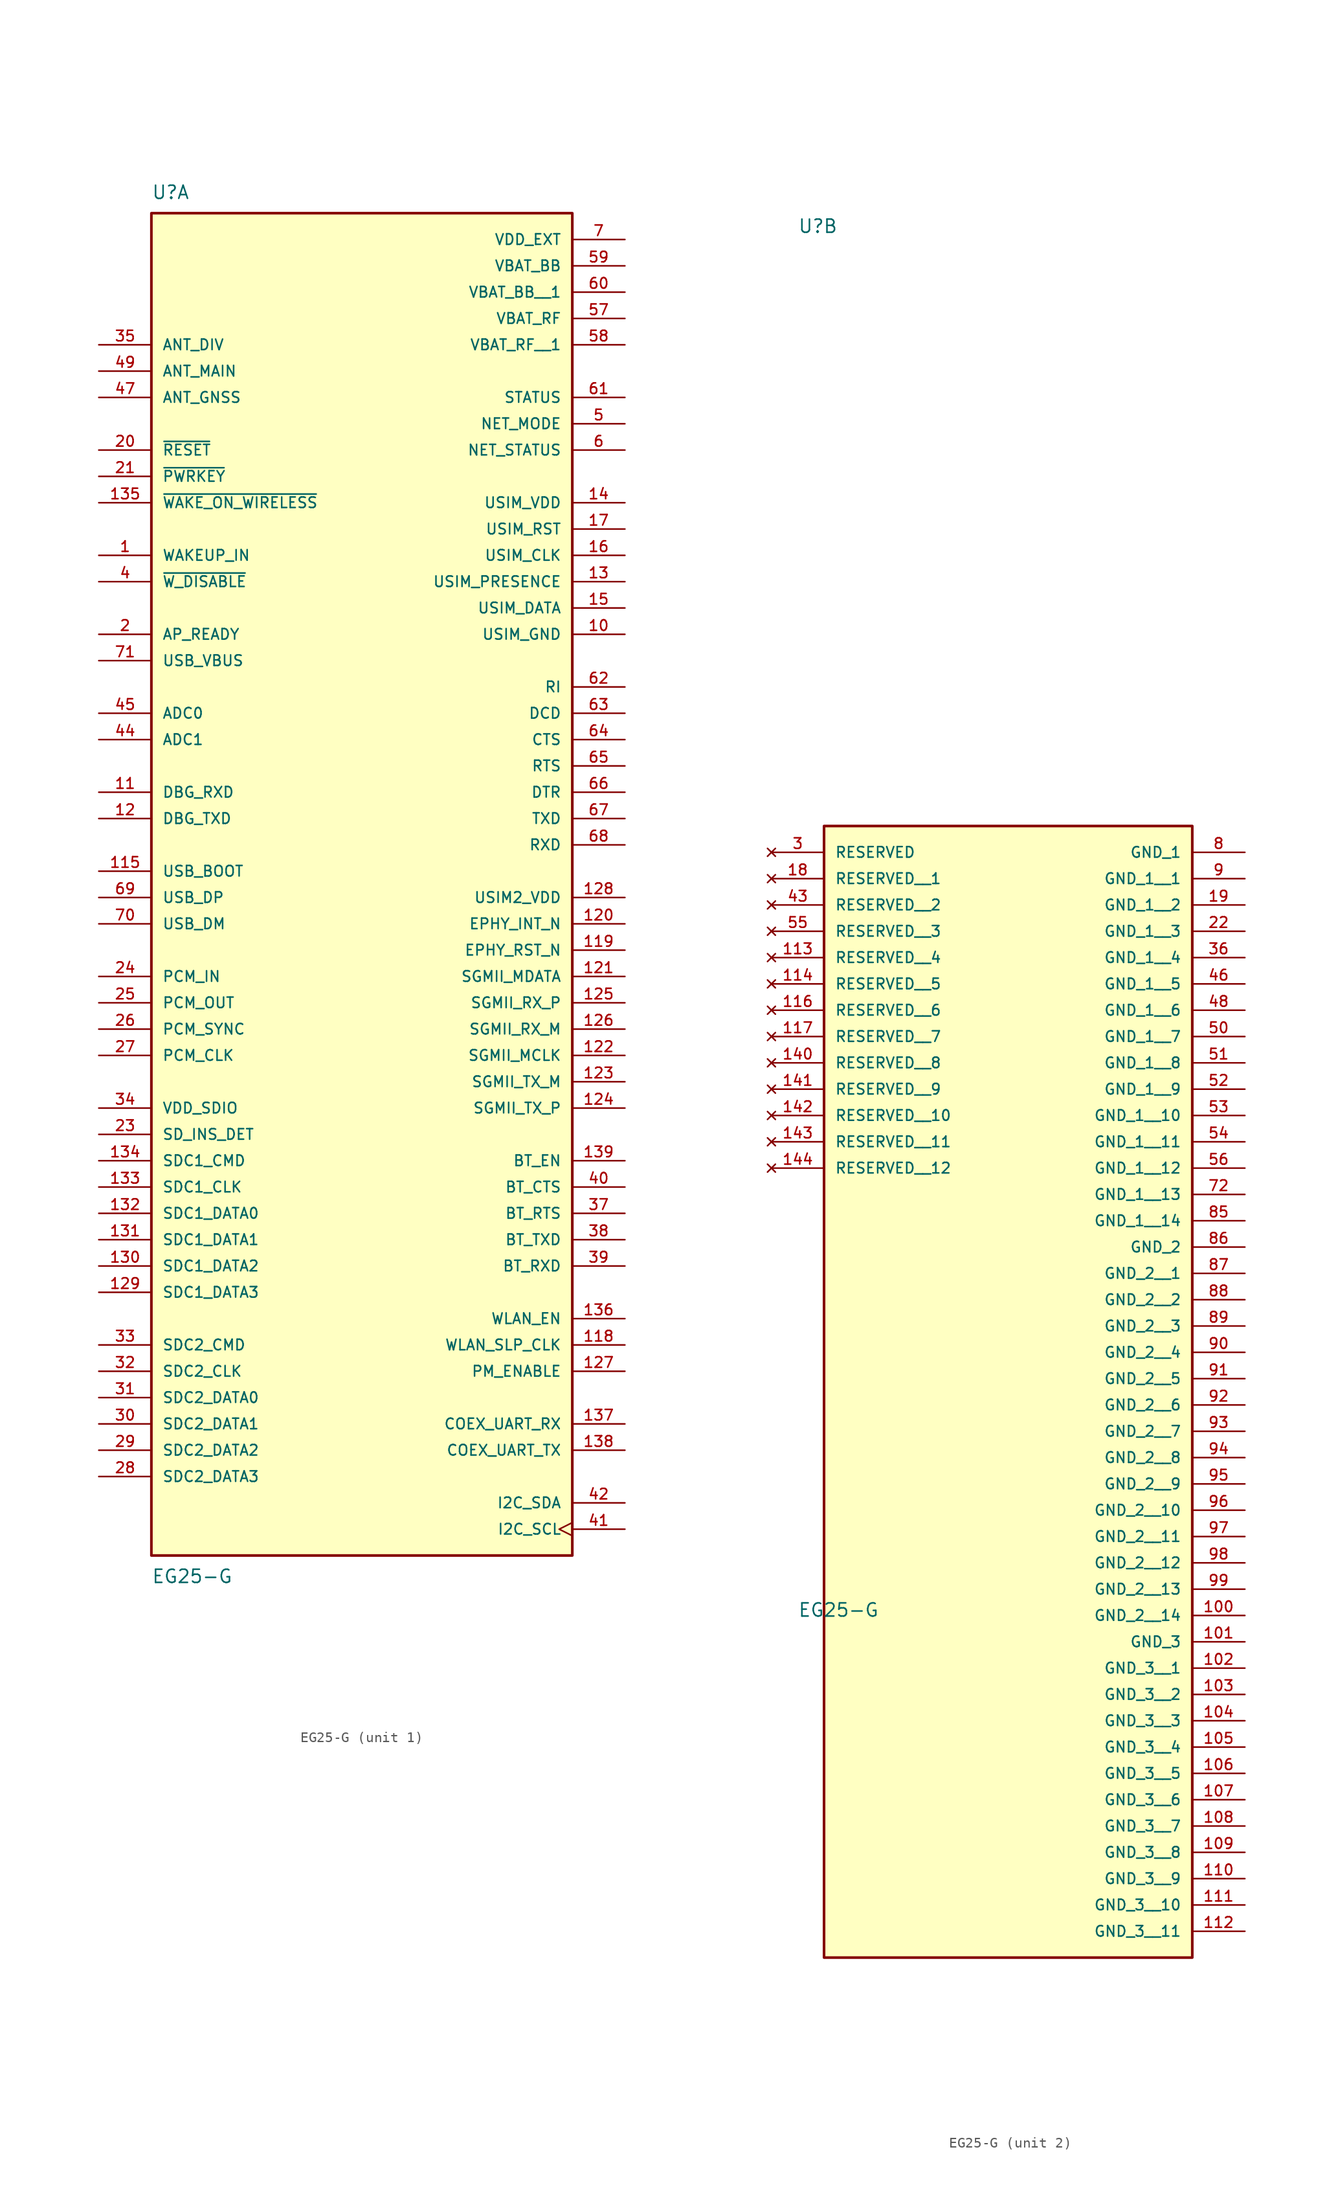
<source format=kicad_sym>
(kicad_symbol_lib
  (version 20211014)
  (generator kicad_symbol_editor)
  (symbol "EG25-G"
    (pin_names
      (offset 1.016))
    (property "Reference" "U"
      (at -20.32 62.23 0)
      (effects (font (size 1.27 1.27)) (justify bottom left)))
    (property "Value" "EG25-G"
      (at -20.32 -69.85 0)
      (effects (font (size 1.27 1.27)) (justify top left)))
    (symbol "EG25-G_1_0"
      (rectangle (start -20.32 -68.58) (end 20.32 60.96) (stroke (width 0.254)) (fill (type background)))
      (pin power_in line (at 25.4 55.88 180.0) (length 5.08) (name "VBAT_BB" (effects (font (size 1.016 1.016)))) (number "59" (effects (font (size 1.016 1.016)))))
      (pin power_in line (at 25.4 50.8 180.0) (length 5.08) (name "VBAT_RF" (effects (font (size 1.016 1.016)))) (number "57" (effects (font (size 1.016 1.016)))))
      (pin power_in line (at 25.4 58.42 180.0) (length 5.08) (name "VDD_EXT" (effects (font (size 1.016 1.016)))) (number "7" (effects (font (size 1.016 1.016)))))
      (pin input line (at -25.4 35.56 0) (length 5.08) (name "~{PWRKEY}" (effects (font (size 1.016 1.016)))) (number "21" (effects (font (size 1.016 1.016)))))
      (pin input line (at -25.4 38.1 0) (length 5.08) (name "~{RESET}" (effects (font (size 1.016 1.016)))) (number "20" (effects (font (size 1.016 1.016)))))
      (pin output line (at 25.4 43.18 180.0) (length 5.08) (name "STATUS" (effects (font (size 1.016 1.016)))) (number "61" (effects (font (size 1.016 1.016)))))
      (pin output line (at 25.4 40.64 180.0) (length 5.08) (name "NET_MODE" (effects (font (size 1.016 1.016)))) (number "5" (effects (font (size 1.016 1.016)))))
      (pin output line (at 25.4 38.1 180.0) (length 5.08) (name "NET_STATUS" (effects (font (size 1.016 1.016)))) (number "6" (effects (font (size 1.016 1.016)))))
      (pin input line (at -25.4 17.78 0) (length 5.08) (name "USB_VBUS" (effects (font (size 1.016 1.016)))) (number "71" (effects (font (size 1.016 1.016)))))
      (pin bidirectional line (at -25.4 -5.08 0) (length 5.08) (name "USB_DP" (effects (font (size 1.016 1.016)))) (number "69" (effects (font (size 1.016 1.016)))))
      (pin bidirectional line (at -25.4 -7.62 0) (length 5.08) (name "USB_DM" (effects (font (size 1.016 1.016)))) (number "70" (effects (font (size 1.016 1.016)))))
      (pin power_in line (at 25.4 33.02 180.0) (length 5.08) (name "USIM_VDD" (effects (font (size 1.016 1.016)))) (number "14" (effects (font (size 1.016 1.016)))))
      (pin bidirectional line (at 25.4 22.86 180.0) (length 5.08) (name "USIM_DATA" (effects (font (size 1.016 1.016)))) (number "15" (effects (font (size 1.016 1.016)))))
      (pin output line (at 25.4 27.94 180.0) (length 5.08) (name "USIM_CLK" (effects (font (size 1.016 1.016)))) (number "16" (effects (font (size 1.016 1.016)))))
      (pin output line (at 25.4 30.48 180.0) (length 5.08) (name "USIM_RST" (effects (font (size 1.016 1.016)))) (number "17" (effects (font (size 1.016 1.016)))))
      (pin input line (at 25.4 25.4 180.0) (length 5.08) (name "USIM_PRESENCE" (effects (font (size 1.016 1.016)))) (number "13" (effects (font (size 1.016 1.016)))))
      (pin output line (at 25.4 15.24 180.0) (length 5.08) (name "RI" (effects (font (size 1.016 1.016)))) (number "62" (effects (font (size 1.016 1.016)))))
      (pin output line (at 25.4 12.7 180.0) (length 5.08) (name "DCD" (effects (font (size 1.016 1.016)))) (number "63" (effects (font (size 1.016 1.016)))))
      (pin output line (at 25.4 10.16 180.0) (length 5.08) (name "CTS" (effects (font (size 1.016 1.016)))) (number "64" (effects (font (size 1.016 1.016)))))
      (pin input line (at 25.4 7.62 180.0) (length 5.08) (name "RTS" (effects (font (size 1.016 1.016)))) (number "65" (effects (font (size 1.016 1.016)))))
      (pin input line (at 25.4 5.08 180.0) (length 5.08) (name "DTR" (effects (font (size 1.016 1.016)))) (number "66" (effects (font (size 1.016 1.016)))))
      (pin output line (at 25.4 2.54 180.0) (length 5.08) (name "TXD" (effects (font (size 1.016 1.016)))) (number "67" (effects (font (size 1.016 1.016)))))
      (pin input line (at 25.4 0.0 180.0) (length 5.08) (name "RXD" (effects (font (size 1.016 1.016)))) (number "68" (effects (font (size 1.016 1.016)))))
      (pin output line (at -25.4 2.54 0) (length 5.08) (name "DBG_TXD" (effects (font (size 1.016 1.016)))) (number "12" (effects (font (size 1.016 1.016)))))
      (pin input line (at -25.4 5.08 0) (length 5.08) (name "DBG_RXD" (effects (font (size 1.016 1.016)))) (number "11" (effects (font (size 1.016 1.016)))))
      (pin input line (at -25.4 12.7 0) (length 5.08) (name "ADC0" (effects (font (size 1.016 1.016)))) (number "45" (effects (font (size 1.016 1.016)))))
      (pin input line (at -25.4 10.16 0) (length 5.08) (name "ADC1" (effects (font (size 1.016 1.016)))) (number "44" (effects (font (size 1.016 1.016)))))
      (pin input line (at -25.4 -12.7 0) (length 5.08) (name "PCM_IN" (effects (font (size 1.016 1.016)))) (number "24" (effects (font (size 1.016 1.016)))))
      (pin output line (at -25.4 -15.24 0) (length 5.08) (name "PCM_OUT" (effects (font (size 1.016 1.016)))) (number "25" (effects (font (size 1.016 1.016)))))
      (pin bidirectional line (at -25.4 -17.78 0) (length 5.08) (name "PCM_SYNC" (effects (font (size 1.016 1.016)))) (number "26" (effects (font (size 1.016 1.016)))))
      (pin bidirectional line (at -25.4 -20.32 0) (length 5.08) (name "PCM_CLK" (effects (font (size 1.016 1.016)))) (number "27" (effects (font (size 1.016 1.016)))))
      (pin output clock (at 25.4 -66.04 180.0) (length 5.08) (name "I2C_SCL" (effects (font (size 1.016 1.016)))) (number "41" (effects (font (size 1.016 1.016)))))
      (pin bidirectional line (at 25.4 -63.5 180.0) (length 5.08) (name "I2C_SDA" (effects (font (size 1.016 1.016)))) (number "42" (effects (font (size 1.016 1.016)))))
      (pin input line (at -25.4 -27.94 0) (length 5.08) (name "SD_INS_DET" (effects (font (size 1.016 1.016)))) (number "23" (effects (font (size 1.016 1.016)))))
      (pin power_in line (at -25.4 -25.4 0) (length 5.08) (name "VDD_SDIO" (effects (font (size 1.016 1.016)))) (number "34" (effects (font (size 1.016 1.016)))))
      (pin input line (at -25.4 27.94 0) (length 5.08) (name "WAKEUP_IN" (effects (font (size 1.016 1.016)))) (number "1" (effects (font (size 1.016 1.016)))))
      (pin input line (at -25.4 25.4 0) (length 5.08) (name "~{W_DISABLE}" (effects (font (size 1.016 1.016)))) (number "4" (effects (font (size 1.016 1.016)))))
      (pin input line (at -25.4 20.32 0) (length 5.08) (name "AP_READY" (effects (font (size 1.016 1.016)))) (number "2" (effects (font (size 1.016 1.016)))))
      (pin input line (at -25.4 -2.54 0) (length 5.08) (name "USB_BOOT" (effects (font (size 1.016 1.016)))) (number "115" (effects (font (size 1.016 1.016)))))
      (pin bidirectional line (at -25.4 -60.96 0) (length 5.08) (name "SDC2_DATA3" (effects (font (size 1.016 1.016)))) (number "28" (effects (font (size 1.016 1.016)))))
      (pin bidirectional line (at -25.4 -58.42 0) (length 5.08) (name "SDC2_DATA2" (effects (font (size 1.016 1.016)))) (number "29" (effects (font (size 1.016 1.016)))))
      (pin bidirectional line (at -25.4 -55.88 0) (length 5.08) (name "SDC2_DATA1" (effects (font (size 1.016 1.016)))) (number "30" (effects (font (size 1.016 1.016)))))
      (pin bidirectional line (at -25.4 -53.34 0) (length 5.08) (name "SDC2_DATA0" (effects (font (size 1.016 1.016)))) (number "31" (effects (font (size 1.016 1.016)))))
      (pin output line (at -25.4 -50.8 0) (length 5.08) (name "SDC2_CLK" (effects (font (size 1.016 1.016)))) (number "32" (effects (font (size 1.016 1.016)))))
      (pin bidirectional line (at -25.4 -48.26 0) (length 5.08) (name "SDC2_CMD" (effects (font (size 1.016 1.016)))) (number "33" (effects (font (size 1.016 1.016)))))
      (pin output line (at 25.4 -48.26 180.0) (length 5.08) (name "WLAN_SLP_CLK" (effects (font (size 1.016 1.016)))) (number "118" (effects (font (size 1.016 1.016)))))
      (pin output line (at 25.4 -50.8 180.0) (length 5.08) (name "PM_ENABLE" (effects (font (size 1.016 1.016)))) (number "127" (effects (font (size 1.016 1.016)))))
      (pin bidirectional line (at -25.4 -43.18 0) (length 5.08) (name "SDC1_DATA3" (effects (font (size 1.016 1.016)))) (number "129" (effects (font (size 1.016 1.016)))))
      (pin bidirectional line (at -25.4 -40.64 0) (length 5.08) (name "SDC1_DATA2" (effects (font (size 1.016 1.016)))) (number "130" (effects (font (size 1.016 1.016)))))
      (pin bidirectional line (at -25.4 -38.1 0) (length 5.08) (name "SDC1_DATA1" (effects (font (size 1.016 1.016)))) (number "131" (effects (font (size 1.016 1.016)))))
      (pin bidirectional line (at -25.4 -35.56 0) (length 5.08) (name "SDC1_DATA0" (effects (font (size 1.016 1.016)))) (number "132" (effects (font (size 1.016 1.016)))))
      (pin output line (at -25.4 -33.02 0) (length 5.08) (name "SDC1_CLK" (effects (font (size 1.016 1.016)))) (number "133" (effects (font (size 1.016 1.016)))))
      (pin output line (at -25.4 -30.48 0) (length 5.08) (name "SDC1_CMD" (effects (font (size 1.016 1.016)))) (number "134" (effects (font (size 1.016 1.016)))))
      (pin output line (at 25.4 -45.72 180.0) (length 5.08) (name "WLAN_EN" (effects (font (size 1.016 1.016)))) (number "136" (effects (font (size 1.016 1.016)))))
      (pin input line (at 25.4 -55.88 180.0) (length 5.08) (name "COEX_UART_RX" (effects (font (size 1.016 1.016)))) (number "137" (effects (font (size 1.016 1.016)))))
      (pin output line (at 25.4 -58.42 180.0) (length 5.08) (name "COEX_UART_TX" (effects (font (size 1.016 1.016)))) (number "138" (effects (font (size 1.016 1.016)))))
      (pin input line (at 25.4 -35.56 180.0) (length 5.08) (name "BT_RTS" (effects (font (size 1.016 1.016)))) (number "37" (effects (font (size 1.016 1.016)))))
      (pin output line (at 25.4 -38.1 180.0) (length 5.08) (name "BT_TXD" (effects (font (size 1.016 1.016)))) (number "38" (effects (font (size 1.016 1.016)))))
      (pin input line (at 25.4 -40.64 180.0) (length 5.08) (name "BT_RXD" (effects (font (size 1.016 1.016)))) (number "39" (effects (font (size 1.016 1.016)))))
      (pin output line (at 25.4 -33.02 180.0) (length 5.08) (name "BT_CTS" (effects (font (size 1.016 1.016)))) (number "40" (effects (font (size 1.016 1.016)))))
      (pin output line (at 25.4 -30.48 180.0) (length 5.08) (name "BT_EN" (effects (font (size 1.016 1.016)))) (number "139" (effects (font (size 1.016 1.016)))))
      (pin output line (at 25.4 -10.16 180.0) (length 5.08) (name "EPHY_RST_N" (effects (font (size 1.016 1.016)))) (number "119" (effects (font (size 1.016 1.016)))))
      (pin input line (at 25.4 -7.62 180.0) (length 5.08) (name "EPHY_INT_N" (effects (font (size 1.016 1.016)))) (number "120" (effects (font (size 1.016 1.016)))))
      (pin bidirectional line (at 25.4 -12.7 180.0) (length 5.08) (name "SGMII_MDATA" (effects (font (size 1.016 1.016)))) (number "121" (effects (font (size 1.016 1.016)))))
      (pin output line (at 25.4 -20.32 180.0) (length 5.08) (name "SGMII_MCLK" (effects (font (size 1.016 1.016)))) (number "122" (effects (font (size 1.016 1.016)))))
      (pin output line (at 25.4 -22.86 180.0) (length 5.08) (name "SGMII_TX_M" (effects (font (size 1.016 1.016)))) (number "123" (effects (font (size 1.016 1.016)))))
      (pin output line (at 25.4 -25.4 180.0) (length 5.08) (name "SGMII_TX_P" (effects (font (size 1.016 1.016)))) (number "124" (effects (font (size 1.016 1.016)))))
      (pin input line (at 25.4 -15.24 180.0) (length 5.08) (name "SGMII_RX_P" (effects (font (size 1.016 1.016)))) (number "125" (effects (font (size 1.016 1.016)))))
      (pin input line (at 25.4 -17.78 180.0) (length 5.08) (name "SGMII_RX_M" (effects (font (size 1.016 1.016)))) (number "126" (effects (font (size 1.016 1.016)))))
      (pin input line (at -25.4 48.26 0) (length 5.08) (name "ANT_DIV" (effects (font (size 1.016 1.016)))) (number "35" (effects (font (size 1.016 1.016)))))
      (pin bidirectional line (at -25.4 45.72 0) (length 5.08) (name "ANT_MAIN" (effects (font (size 1.016 1.016)))) (number "49" (effects (font (size 1.016 1.016)))))
      (pin input line (at -25.4 43.18 0) (length 5.08) (name "ANT_GNSS" (effects (font (size 1.016 1.016)))) (number "47" (effects (font (size 1.016 1.016)))))
      (pin power_in line (at 25.4 20.32 180.0) (length 5.08) (name "USIM_GND" (effects (font (size 1.016 1.016)))) (number "10" (effects (font (size 1.016 1.016)))))
      (pin input line (at -25.4 33.02 0) (length 5.08) (name "~{WAKE_ON_WIRELESS}" (effects (font (size 1.016 1.016)))) (number "135" (effects (font (size 1.016 1.016)))))
      (pin power_in line (at 25.4 -5.08 180.0) (length 5.08) (name "USIM2_VDD" (effects (font (size 1.016 1.016)))) (number "128" (effects (font (size 1.016 1.016)))))
      (pin power_in line (at 25.4 53.34 180.0) (length 5.08) (name "VBAT_BB__1" (effects (font (size 1.016 1.016)))) (number "60" (effects (font (size 1.016 1.016)))))
      (pin power_in line (at 25.4 48.26 180.0) (length 5.08) (name "VBAT_RF__1" (effects (font (size 1.016 1.016)))) (number "58" (effects (font (size 1.016 1.016))))))
    (symbol "EG25-G_2_0"
      (rectangle (start -17.78 -104.14) (end 17.78 5.08) (stroke (width 0.254)) (fill (type background)))
      (pin no_connect line (at -22.86 2.54 0) (length 5.08) (name "RESERVED" (effects (font (size 1.016 1.016)))) (number "3" (effects (font (size 1.016 1.016)))))
      (pin power_in line (at 22.86 2.54 180.0) (length 5.08) (name "GND_1" (effects (font (size 1.016 1.016)))) (number "8" (effects (font (size 1.016 1.016)))))
      (pin power_in line (at 22.86 -35.56 180.0) (length 5.08) (name "GND_2" (effects (font (size 1.016 1.016)))) (number "86" (effects (font (size 1.016 1.016)))))
      (pin power_in line (at 22.86 -73.66 180.0) (length 5.08) (name "GND_3" (effects (font (size 1.016 1.016)))) (number "101" (effects (font (size 1.016 1.016)))))
      (pin no_connect line (at -22.86 0.0 0) (length 5.08) (name "RESERVED__1" (effects (font (size 1.016 1.016)))) (number "18" (effects (font (size 1.016 1.016)))))
      (pin no_connect line (at -22.86 -2.54 0) (length 5.08) (name "RESERVED__2" (effects (font (size 1.016 1.016)))) (number "43" (effects (font (size 1.016 1.016)))))
      (pin no_connect line (at -22.86 -5.08 0) (length 5.08) (name "RESERVED__3" (effects (font (size 1.016 1.016)))) (number "55" (effects (font (size 1.016 1.016)))))
      (pin no_connect line (at -22.86 -7.62 0) (length 5.08) (name "RESERVED__4" (effects (font (size 1.016 1.016)))) (number "113" (effects (font (size 1.016 1.016)))))
      (pin no_connect line (at -22.86 -10.16 0) (length 5.08) (name "RESERVED__5" (effects (font (size 1.016 1.016)))) (number "114" (effects (font (size 1.016 1.016)))))
      (pin no_connect line (at -22.86 -12.7 0) (length 5.08) (name "RESERVED__6" (effects (font (size 1.016 1.016)))) (number "116" (effects (font (size 1.016 1.016)))))
      (pin no_connect line (at -22.86 -15.24 0) (length 5.08) (name "RESERVED__7" (effects (font (size 1.016 1.016)))) (number "117" (effects (font (size 1.016 1.016)))))
      (pin no_connect line (at -22.86 -17.78 0) (length 5.08) (name "RESERVED__8" (effects (font (size 1.016 1.016)))) (number "140" (effects (font (size 1.016 1.016)))))
      (pin no_connect line (at -22.86 -20.32 0) (length 5.08) (name "RESERVED__9" (effects (font (size 1.016 1.016)))) (number "141" (effects (font (size 1.016 1.016)))))
      (pin no_connect line (at -22.86 -22.86 0) (length 5.08) (name "RESERVED__10" (effects (font (size 1.016 1.016)))) (number "142" (effects (font (size 1.016 1.016)))))
      (pin no_connect line (at -22.86 -25.4 0) (length 5.08) (name "RESERVED__11" (effects (font (size 1.016 1.016)))) (number "143" (effects (font (size 1.016 1.016)))))
      (pin no_connect line (at -22.86 -27.94 0) (length 5.08) (name "RESERVED__12" (effects (font (size 1.016 1.016)))) (number "144" (effects (font (size 1.016 1.016)))))
      (pin power_in line (at 22.86 0.0 180.0) (length 5.08) (name "GND_1__1" (effects (font (size 1.016 1.016)))) (number "9" (effects (font (size 1.016 1.016)))))
      (pin power_in line (at 22.86 -2.54 180.0) (length 5.08) (name "GND_1__2" (effects (font (size 1.016 1.016)))) (number "19" (effects (font (size 1.016 1.016)))))
      (pin power_in line (at 22.86 -5.08 180.0) (length 5.08) (name "GND_1__3" (effects (font (size 1.016 1.016)))) (number "22" (effects (font (size 1.016 1.016)))))
      (pin power_in line (at 22.86 -7.62 180.0) (length 5.08) (name "GND_1__4" (effects (font (size 1.016 1.016)))) (number "36" (effects (font (size 1.016 1.016)))))
      (pin power_in line (at 22.86 -10.16 180.0) (length 5.08) (name "GND_1__5" (effects (font (size 1.016 1.016)))) (number "46" (effects (font (size 1.016 1.016)))))
      (pin power_in line (at 22.86 -12.7 180.0) (length 5.08) (name "GND_1__6" (effects (font (size 1.016 1.016)))) (number "48" (effects (font (size 1.016 1.016)))))
      (pin power_in line (at 22.86 -15.24 180.0) (length 5.08) (name "GND_1__7" (effects (font (size 1.016 1.016)))) (number "50" (effects (font (size 1.016 1.016)))))
      (pin power_in line (at 22.86 -17.78 180.0) (length 5.08) (name "GND_1__8" (effects (font (size 1.016 1.016)))) (number "51" (effects (font (size 1.016 1.016)))))
      (pin power_in line (at 22.86 -20.32 180.0) (length 5.08) (name "GND_1__9" (effects (font (size 1.016 1.016)))) (number "52" (effects (font (size 1.016 1.016)))))
      (pin power_in line (at 22.86 -22.86 180.0) (length 5.08) (name "GND_1__10" (effects (font (size 1.016 1.016)))) (number "53" (effects (font (size 1.016 1.016)))))
      (pin power_in line (at 22.86 -25.4 180.0) (length 5.08) (name "GND_1__11" (effects (font (size 1.016 1.016)))) (number "54" (effects (font (size 1.016 1.016)))))
      (pin power_in line (at 22.86 -27.94 180.0) (length 5.08) (name "GND_1__12" (effects (font (size 1.016 1.016)))) (number "56" (effects (font (size 1.016 1.016)))))
      (pin power_in line (at 22.86 -30.48 180.0) (length 5.08) (name "GND_1__13" (effects (font (size 1.016 1.016)))) (number "72" (effects (font (size 1.016 1.016)))))
      (pin power_in line (at 22.86 -33.02 180.0) (length 5.08) (name "GND_1__14" (effects (font (size 1.016 1.016)))) (number "85" (effects (font (size 1.016 1.016)))))
      (pin power_in line (at 22.86 -38.1 180.0) (length 5.08) (name "GND_2__1" (effects (font (size 1.016 1.016)))) (number "87" (effects (font (size 1.016 1.016)))))
      (pin power_in line (at 22.86 -40.64 180.0) (length 5.08) (name "GND_2__2" (effects (font (size 1.016 1.016)))) (number "88" (effects (font (size 1.016 1.016)))))
      (pin power_in line (at 22.86 -43.18 180.0) (length 5.08) (name "GND_2__3" (effects (font (size 1.016 1.016)))) (number "89" (effects (font (size 1.016 1.016)))))
      (pin power_in line (at 22.86 -45.72 180.0) (length 5.08) (name "GND_2__4" (effects (font (size 1.016 1.016)))) (number "90" (effects (font (size 1.016 1.016)))))
      (pin power_in line (at 22.86 -48.26 180.0) (length 5.08) (name "GND_2__5" (effects (font (size 1.016 1.016)))) (number "91" (effects (font (size 1.016 1.016)))))
      (pin power_in line (at 22.86 -50.8 180.0) (length 5.08) (name "GND_2__6" (effects (font (size 1.016 1.016)))) (number "92" (effects (font (size 1.016 1.016)))))
      (pin power_in line (at 22.86 -53.34 180.0) (length 5.08) (name "GND_2__7" (effects (font (size 1.016 1.016)))) (number "93" (effects (font (size 1.016 1.016)))))
      (pin power_in line (at 22.86 -55.88 180.0) (length 5.08) (name "GND_2__8" (effects (font (size 1.016 1.016)))) (number "94" (effects (font (size 1.016 1.016)))))
      (pin power_in line (at 22.86 -58.42 180.0) (length 5.08) (name "GND_2__9" (effects (font (size 1.016 1.016)))) (number "95" (effects (font (size 1.016 1.016)))))
      (pin power_in line (at 22.86 -60.96 180.0) (length 5.08) (name "GND_2__10" (effects (font (size 1.016 1.016)))) (number "96" (effects (font (size 1.016 1.016)))))
      (pin power_in line (at 22.86 -63.5 180.0) (length 5.08) (name "GND_2__11" (effects (font (size 1.016 1.016)))) (number "97" (effects (font (size 1.016 1.016)))))
      (pin power_in line (at 22.86 -66.04 180.0) (length 5.08) (name "GND_2__12" (effects (font (size 1.016 1.016)))) (number "98" (effects (font (size 1.016 1.016)))))
      (pin power_in line (at 22.86 -68.58 180.0) (length 5.08) (name "GND_2__13" (effects (font (size 1.016 1.016)))) (number "99" (effects (font (size 1.016 1.016)))))
      (pin power_in line (at 22.86 -71.12 180.0) (length 5.08) (name "GND_2__14" (effects (font (size 1.016 1.016)))) (number "100" (effects (font (size 1.016 1.016)))))
      (pin power_in line (at 22.86 -76.2 180.0) (length 5.08) (name "GND_3__1" (effects (font (size 1.016 1.016)))) (number "102" (effects (font (size 1.016 1.016)))))
      (pin power_in line (at 22.86 -78.74 180.0) (length 5.08) (name "GND_3__2" (effects (font (size 1.016 1.016)))) (number "103" (effects (font (size 1.016 1.016)))))
      (pin power_in line (at 22.86 -81.28 180.0) (length 5.08) (name "GND_3__3" (effects (font (size 1.016 1.016)))) (number "104" (effects (font (size 1.016 1.016)))))
      (pin power_in line (at 22.86 -83.82 180.0) (length 5.08) (name "GND_3__4" (effects (font (size 1.016 1.016)))) (number "105" (effects (font (size 1.016 1.016)))))
      (pin power_in line (at 22.86 -86.36 180.0) (length 5.08) (name "GND_3__5" (effects (font (size 1.016 1.016)))) (number "106" (effects (font (size 1.016 1.016)))))
      (pin power_in line (at 22.86 -88.9 180.0) (length 5.08) (name "GND_3__6" (effects (font (size 1.016 1.016)))) (number "107" (effects (font (size 1.016 1.016)))))
      (pin power_in line (at 22.86 -91.44 180.0) (length 5.08) (name "GND_3__7" (effects (font (size 1.016 1.016)))) (number "108" (effects (font (size 1.016 1.016)))))
      (pin power_in line (at 22.86 -93.98 180.0) (length 5.08) (name "GND_3__8" (effects (font (size 1.016 1.016)))) (number "109" (effects (font (size 1.016 1.016)))))
      (pin power_in line (at 22.86 -96.52 180.0) (length 5.08) (name "GND_3__9" (effects (font (size 1.016 1.016)))) (number "110" (effects (font (size 1.016 1.016)))))
      (pin power_in line (at 22.86 -99.06 180.0) (length 5.08) (name "GND_3__10" (effects (font (size 1.016 1.016)))) (number "111" (effects (font (size 1.016 1.016)))))
      (pin power_in line (at 22.86 -101.6 180.0) (length 5.08) (name "GND_3__11" (effects (font (size 1.016 1.016)))) (number "112" (effects (font (size 1.016 1.016))))))))
</source>
